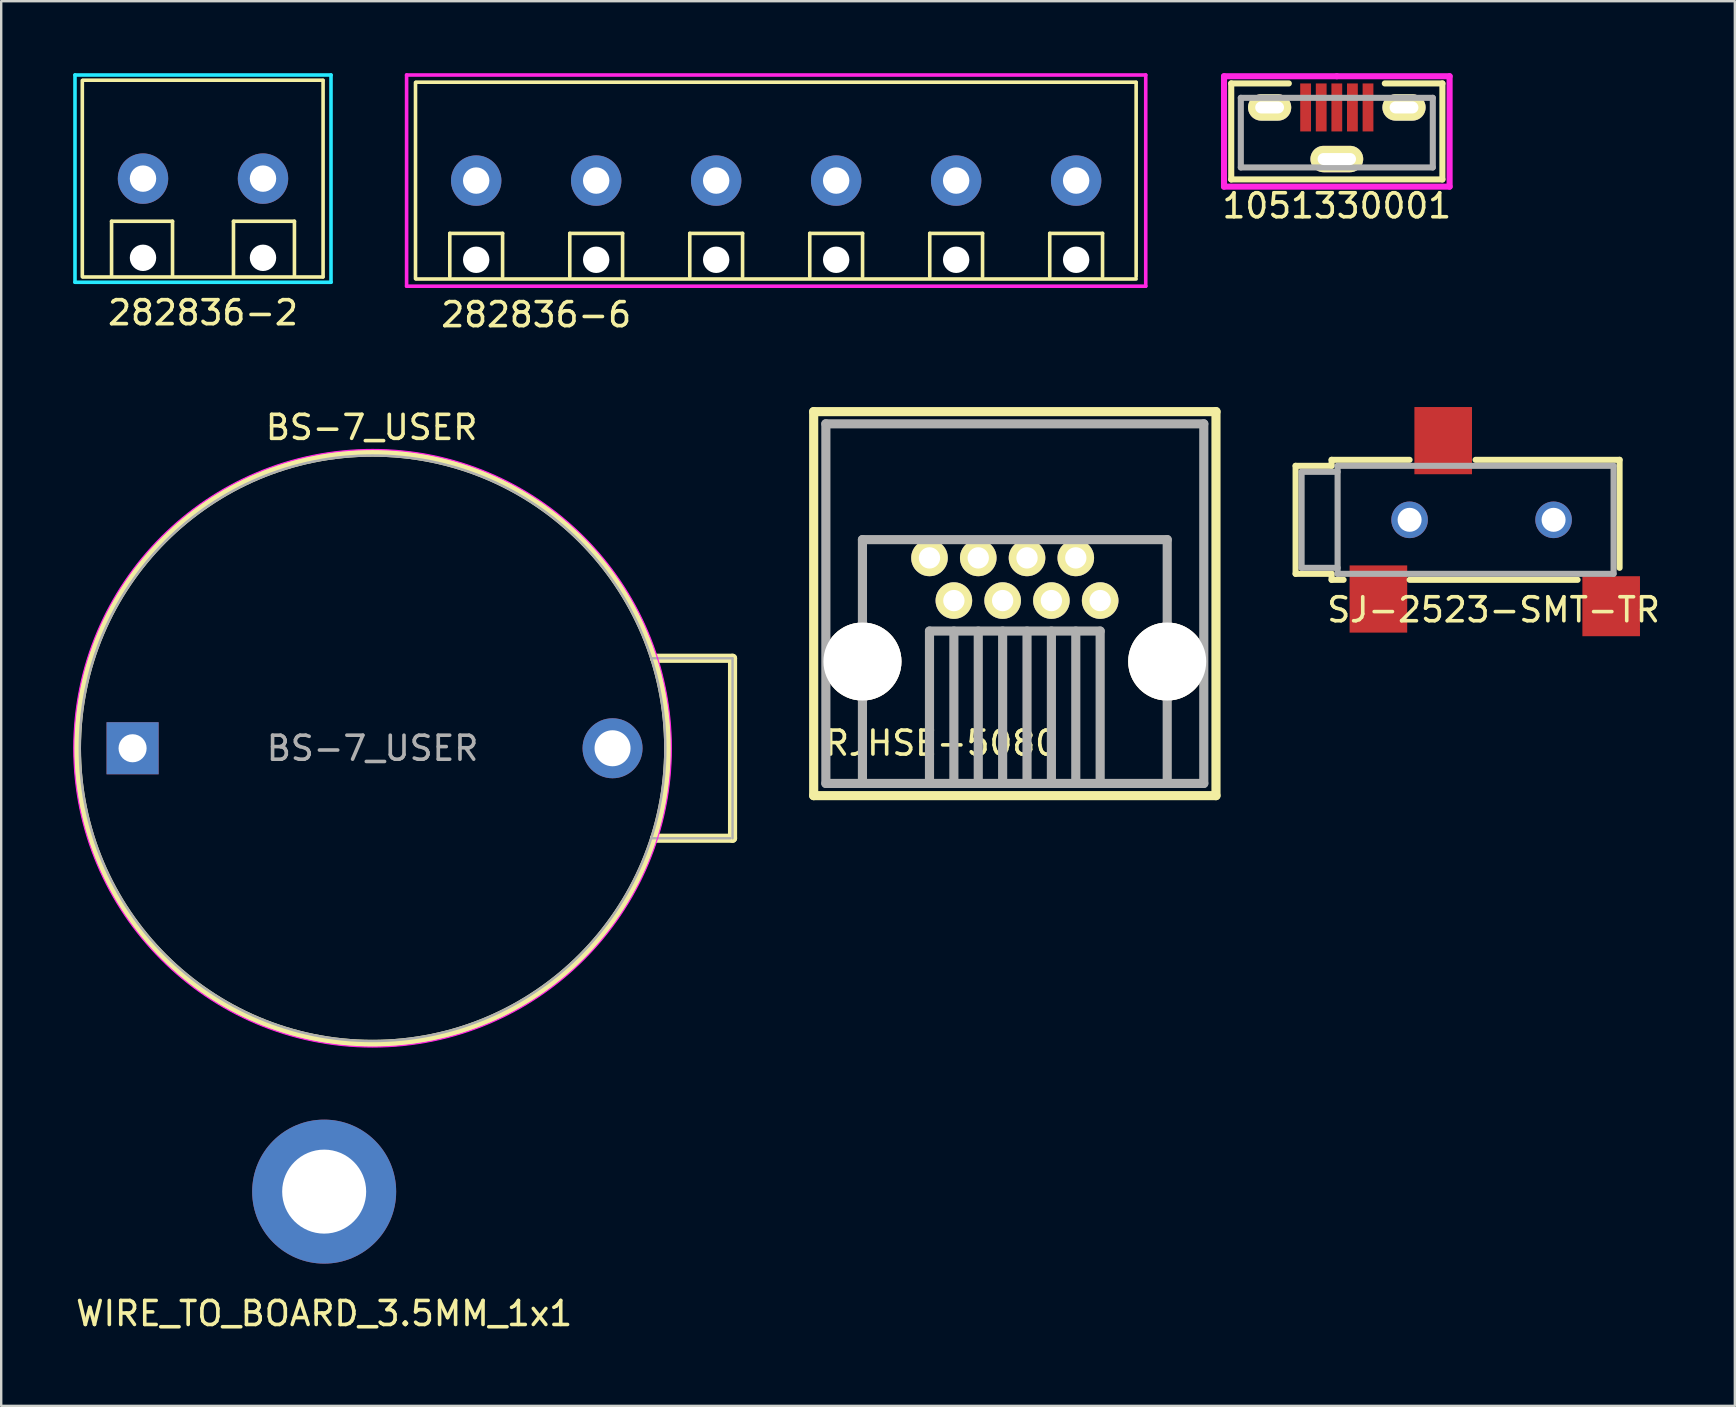
<source format=kicad_pcb>
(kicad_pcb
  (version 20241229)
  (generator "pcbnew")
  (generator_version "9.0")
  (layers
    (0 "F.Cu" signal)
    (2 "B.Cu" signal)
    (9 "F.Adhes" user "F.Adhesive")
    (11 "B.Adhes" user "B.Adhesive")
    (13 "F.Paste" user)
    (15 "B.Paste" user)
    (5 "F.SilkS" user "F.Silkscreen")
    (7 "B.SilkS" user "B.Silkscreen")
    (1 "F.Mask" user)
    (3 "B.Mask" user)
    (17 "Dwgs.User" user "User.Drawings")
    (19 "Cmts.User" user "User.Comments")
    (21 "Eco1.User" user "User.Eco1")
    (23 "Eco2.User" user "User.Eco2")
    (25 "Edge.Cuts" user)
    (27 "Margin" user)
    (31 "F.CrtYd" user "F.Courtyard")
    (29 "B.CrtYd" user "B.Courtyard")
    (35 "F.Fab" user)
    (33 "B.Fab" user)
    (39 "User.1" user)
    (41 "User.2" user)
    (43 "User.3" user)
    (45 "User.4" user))
  (footprint "282836-6"
    (layer "F.Cu")
    (at 19.293 4.475)
    (property "Reference" "282836-6" (at 0 5.588 0) (layer "F.SilkS") (effects (font (size 1 1) (thickness 0.15))))
    (attr through_hole)
    (fp_line (start -5.029 -4.089) (end -5.029 4.089) (stroke (width 0.15) (type solid)) (layer "F.SilkS"))
    (fp_line (start -5 -4.1) (end 25 -4.1) (stroke (width 0.15) (type solid)) (layer "F.SilkS"))
    (fp_line (start -5 4.1) (end 25 4.1) (stroke (width 0.15) (type solid)) (layer "F.SilkS"))
    (fp_line (start -3.6 2.2) (end -1.4 2.2) (stroke (width 0.15) (type solid)) (layer "F.SilkS"))
    (fp_line (start -3.6 4) (end -3.6 2.2) (stroke (width 0.15) (type solid)) (layer "F.SilkS"))
    (fp_line (start -1.4 2.2) (end -1.4 4) (stroke (width 0.15) (type solid)) (layer "F.SilkS"))
    (fp_line (start 1.4 2.2) (end 3.6 2.2) (stroke (width 0.15) (type solid)) (layer "F.SilkS"))
    (fp_line (start 1.4 4) (end 1.4 2.2) (stroke (width 0.15) (type solid)) (layer "F.SilkS"))
    (fp_line (start 3.6 2.2) (end 3.6 4) (stroke (width 0.15) (type solid)) (layer "F.SilkS"))
    (fp_line (start 6.4 2.2) (end 8.6 2.2) (stroke (width 0.15) (type solid)) (layer "F.SilkS"))
    (fp_line (start 6.4 4) (end 6.4 2.2) (stroke (width 0.15) (type solid)) (layer "F.SilkS"))
    (fp_line (start 8.6 2.2) (end 8.6 4) (stroke (width 0.15) (type solid)) (layer "F.SilkS"))
    (fp_line (start 11.4 2.2) (end 13.6 2.2) (stroke (width 0.15) (type solid)) (layer "F.SilkS"))
    (fp_line (start 11.4 4) (end 11.4 2.2) (stroke (width 0.15) (type solid)) (layer "F.SilkS"))
    (fp_line (start 13.6 2.2) (end 13.6 4) (stroke (width 0.15) (type solid)) (layer "F.SilkS"))
    (fp_line (start 16.4 2.2) (end 18.6 2.2) (stroke (width 0.15) (type solid)) (layer "F.SilkS"))
    (fp_line (start 16.4 4) (end 16.4 2.2) (stroke (width 0.15) (type solid)) (layer "F.SilkS"))
    (fp_line (start 18.6 2.2) (end 18.6 4) (stroke (width 0.15) (type solid)) (layer "F.SilkS"))
    (fp_line (start 21.4 2.2) (end 23.6 2.2) (stroke (width 0.15) (type solid)) (layer "F.SilkS"))
    (fp_line (start 21.4 4) (end 21.4 2.2) (stroke (width 0.15) (type solid)) (layer "F.SilkS"))
    (fp_line (start 23.6 2.2) (end 23.6 4) (stroke (width 0.15) (type solid)) (layer "F.SilkS"))
    (fp_line (start 25 4) (end 25 -4.089) (stroke (width 0.15) (type solid)) (layer "F.SilkS"))
    (fp_line (start -5.4 -4.4) (end 25.4 -4.4) (stroke (width 0.15) (type solid)) (layer "F.CrtYd"))
    (fp_line (start -5.4 4.4) (end -5.4 -4.4) (stroke (width 0.15) (type solid)) (layer "F.CrtYd"))
    (fp_line (start 25.4 -4.4) (end 25.4 4.4) (stroke (width 0.15) (type solid)) (layer "F.CrtYd"))
    (fp_line (start 25.4 4.4) (end -5.4 4.4) (stroke (width 0.15) (type solid)) (layer "F.CrtYd"))
    (pad "" np_thru_hole circle (at -2.5 3.3) (size 1.1 1.1) (drill 1.1) (layers "*.Cu" "*.Mask"))
    (pad "" np_thru_hole circle (at 2.5 3.3) (size 1.1 1.1) (drill 1.1) (layers "*.Cu" "*.Mask"))
    (pad "" np_thru_hole circle (at 7.5 3.3) (size 1.1 1.1) (drill 1.1) (layers "*.Cu" "*.Mask"))
    (pad "" np_thru_hole circle (at 12.5 3.3) (size 1.1 1.1) (drill 1.1) (layers "*.Cu" "*.Mask"))
    (pad "" np_thru_hole circle (at 17.5 3.3) (size 1.1 1.1) (drill 1.1) (layers "*.Cu" "*.Mask"))
    (pad "" np_thru_hole circle (at 22.5 3.3) (size 1.1 1.1) (drill 1.1) (layers "*.Cu" "*.Mask"))
    (pad "1" thru_hole circle (at -2.5 0) (size 2.1 2.1) (drill 1.1) (layers "*.Cu" "*.Mask"))
    (pad "2" thru_hole circle (at 2.5 0) (size 2.1 2.1) (drill 1.1) (layers "*.Cu" "*.Mask"))
    (pad "3" thru_hole circle (at 7.5 0) (size 2.1 2.1) (drill 1.1) (layers "*.Cu" "*.Mask"))
    (pad "4" thru_hole circle (at 12.5 0) (size 2.1 2.1) (drill 1.1) (layers "*.Cu" "*.Mask"))
    (pad "5" thru_hole circle (at 17.5 0) (size 2.1 2.1) (drill 1.1) (layers "*.Cu" "*.Mask"))
    (pad "6" thru_hole circle (at 22.5 0) (size 2.1 2.1) (drill 1.1) (layers "*.Cu" "*.Mask")))
  (footprint "282836-2"
    (layer "F.Cu")
    (at 5.409 4.393)
    (property "Reference" "282836-2" (at 0 5.588 0) (layer "F.SilkS") (effects (font (size 1 1) (thickness 0.15))))
    (attr through_hole)
    (fp_line (start -5.029 -4.089) (end -5.029 4.089) (stroke (width 0.15) (type solid)) (layer "F.SilkS"))
    (fp_line (start -5 -4.1) (end 5 -4.1) (stroke (width 0.15) (type solid)) (layer "F.SilkS"))
    (fp_line (start -5 4.1) (end 5 4.1) (stroke (width 0.15) (type solid)) (layer "F.SilkS"))
    (fp_line (start -3.81 1.778) (end -1.27 1.778) (stroke (width 0.15) (type solid)) (layer "F.SilkS"))
    (fp_line (start -3.81 4.064) (end -3.81 1.778) (stroke (width 0.15) (type solid)) (layer "F.SilkS"))
    (fp_line (start -1.27 1.778) (end -1.27 4.064) (stroke (width 0.15) (type solid)) (layer "F.SilkS"))
    (fp_line (start 1.27 1.778) (end 3.81 1.778) (stroke (width 0.15) (type solid)) (layer "F.SilkS"))
    (fp_line (start 1.27 4.064) (end 1.27 1.778) (stroke (width 0.15) (type solid)) (layer "F.SilkS"))
    (fp_line (start 3.81 1.778) (end 3.81 4.064) (stroke (width 0.15) (type solid)) (layer "F.SilkS"))
    (fp_line (start 5.004 -4.089) (end 5.004 4.089) (stroke (width 0.15) (type solid)) (layer "F.SilkS"))
    (fp_line (start -5.334 -4.318) (end 5.334 -4.318) (stroke (width 0.15) (type solid)) (layer "B.CrtYd"))
    (fp_line (start -5.334 4.318) (end -5.334 -4.318) (stroke (width 0.15) (type solid)) (layer "B.CrtYd"))
    (fp_line (start 5.334 -4.318) (end 5.334 4.318) (stroke (width 0.15) (type solid)) (layer "B.CrtYd"))
    (fp_line (start 5.334 4.318) (end -5.334 4.318) (stroke (width 0.15) (type solid)) (layer "B.CrtYd"))
    (pad "" np_thru_hole circle (at -2.5 3.3) (size 1.1 1.1) (drill 1.1) (layers "*.Cu" "*.Mask"))
    (pad "" np_thru_hole circle (at 2.5 3.3) (size 1.1 1.1) (drill 1.1) (layers "*.Cu" "*.Mask"))
    (pad "1" thru_hole circle (at -2.5 0) (size 2.1 2.1) (drill 1.1) (layers "*.Cu" "*.Mask"))
    (pad "2" thru_hole circle (at 2.5 0) (size 2.1 2.1) (drill 1.1) (layers "*.Cu" "*.Mask")))
  (footprint "1051330001"
    (layer "F.Cu")
    (at 52.655 2.427)
    (property "Reference" "1051330001" (at 0 3.1 0) (layer "F.SilkS") (effects (font (size 1 1) (thickness 0.15))))
    (attr through_hole)
    (fp_line (start -4.4 -2) (end -4.4 2) (stroke (width 0.254) (type solid)) (layer "F.SilkS"))
    (fp_line (start -4.4 2) (end 4.4 2) (stroke (width 0.254) (type solid)) (layer "F.SilkS"))
    (fp_line (start -2 -2) (end -4.4 -2) (stroke (width 0.254) (type solid)) (layer "F.SilkS"))
    (fp_line (start 4.4 -2) (end 2 -2) (stroke (width 0.254) (type solid)) (layer "F.SilkS"))
    (fp_line (start 4.4 2) (end 4.4 -2) (stroke (width 0.254) (type solid)) (layer "F.SilkS"))
    (fp_line (start -4.7 -2.3) (end -4.7 2.3) (stroke (width 0.254) (type solid)) (layer "F.CrtYd"))
    (fp_line (start -4.7 2.3) (end 4.7 2.3) (stroke (width 0.254) (type solid)) (layer "F.CrtYd"))
    (fp_line (start 0 -2.3) (end -4.7 -2.3) (stroke (width 0.254) (type solid)) (layer "F.CrtYd"))
    (fp_line (start 4.7 -2.3) (end 0 -2.3) (stroke (width 0.254) (type solid)) (layer "F.CrtYd"))
    (fp_line (start 4.7 2.3) (end 4.7 -2.3) (stroke (width 0.254) (type solid)) (layer "F.CrtYd"))
    (fp_line (start -4 -1.4) (end -4 1.5) (stroke (width 0.254) (type solid)) (layer "F.Fab"))
    (fp_line (start -4 1.5) (end 4 1.5) (stroke (width 0.254) (type solid)) (layer "F.Fab"))
    (fp_line (start 4 -1.4) (end -4 -1.4) (stroke (width 0.254) (type solid)) (layer "F.Fab"))
    (fp_line (start 4 -1.4) (end 4 1.5) (stroke (width 0.254) (type solid)) (layer "F.Fab"))
    (pad "1" smd rect (at -1.3 -1) (size 0.45 2) (layers "F.Cu" "F.Mask" "F.Paste"))
    (pad "2" smd rect (at -0.65 -1) (size 0.45 2) (layers "F.Cu" "F.Mask" "F.Paste"))
    (pad "3" smd rect (at 0 -1) (size 0.45 2) (layers "F.Cu" "F.Mask" "F.Paste"))
    (pad "4" smd rect (at 0.65 -1) (size 0.45 2) (layers "F.Cu" "F.Mask" "F.Paste"))
    (pad "5" smd rect (at 1.3 -1) (size 0.45 2) (layers "F.Cu" "F.Mask" "F.Paste"))
    (pad "MTG1" thru_hole oval (at 0 1.15) (size 2.2 1.1) (drill oval 1.6 0.5) (layers "*.Cu" "*.Mask" "F.SilkS"))
    (pad "MTG2" thru_hole oval (at -2.8 -1) (size 1.8 1.1) (drill oval 1.2 0.5) (layers "*.Cu" "*.Mask" "F.SilkS"))
    (pad "MTG3" thru_hole oval (at 2.8 -1) (size 1.8 1.1) (drill oval 1.2 0.5) (layers "*.Cu" "*.Mask" "F.SilkS")))
  (footprint "WIRE_TO_BOARD_3.5MM_1x1"
    (layer "F.Cu")
    (at 10.458 46.605)
    (property "Reference" "WIRE_TO_BOARD_3.5MM_1x1" (at 0 5.08 0) (layer "F.SilkS") (effects (font (size 1 1) (thickness 0.15))))
    (attr through_hole)
    (pad "1" thru_hole circle (at 0 0) (size 6 6) (drill 3.5) (layers "*.Cu" "*.Mask")))
  (footprint "BS-7_USER"
    (layer "F.Cu")
    (at 2.475 28.13)
    (property "Reference" "BS-7_USER" (at 9.96 -13.37 0) (layer "F.SilkS") (effects (font (size 1 1) (thickness 0.15))))
    (attr through_hole)
    (fp_line (start 25 -3.75) (end 21.75 -3.75) (stroke (width 0.381) (type solid)) (layer "F.SilkS"))
    (fp_line (start 25 3.75) (end 21.75 3.75) (stroke (width 0.381) (type solid)) (layer "F.SilkS"))
    (fp_line (start 25 3.75) (end 25 -3.75) (stroke (width 0.381) (type solid)) (layer "F.SilkS"))
    (fp_circle (center 10 0) (end -2.3 0) (stroke (width 0.3) (type solid)) (fill no) (layer "F.SilkS"))
    (fp_circle (center 10 0) (end -2.45 0) (stroke (width 0.05) (type solid)) (fill no) (layer "F.CrtYd"))
    (fp_line (start 21.65 -3.75) (end 25 -3.75) (stroke (width 0.1) (type solid)) (layer "F.Fab"))
    (fp_line (start 24.9 3.75) (end 21.65 3.75) (stroke (width 0.1) (type solid)) (layer "F.Fab"))
    (fp_line (start 25 -3.75) (end 25 3.75) (stroke (width 0.1) (type solid)) (layer "F.Fab"))
    (fp_circle (center 10 0) (end -2.2 0) (stroke (width 0.1) (type solid)) (fill no) (layer "F.Fab"))
    (fp_text user "${REFERENCE}" (at 10 0 0) (layer "F.Fab") (effects (font (size 1 1) (thickness 0.15))))
    (pad "1" thru_hole rect (at 0 0) (size 2.17 2.17) (drill 1.17) (layers "*.Cu" "*.Mask"))
    (pad "2" thru_hole circle (at 20 0) (size 2.5 2.5) (drill 1.5) (layers "*.Cu" "*.Mask")))
  (footprint "RJHSE-5080"
    (layer "F.Cu")
    (at 39.238 24.516)
    (property "Reference" "RJHSE-5080" (at -3.056 3.4 0) (layer "F.SilkS") (effects (font (size 1 1) (thickness 0.15))))
    (attr through_hole)
    (fp_line (start -8.382 -10.414) (end -8.382 5.588) (stroke (width 0.381) (type solid)) (layer "F.SilkS"))
    (fp_line (start -8.382 5.588) (end 8.382 5.588) (stroke (width 0.381) (type solid)) (layer "F.SilkS"))
    (fp_line (start 8.382 -10.414) (end -8.382 -10.414) (stroke (width 0.381) (type solid)) (layer "F.SilkS"))
    (fp_line (start 8.382 5.588) (end 8.382 -10.414) (stroke (width 0.381) (type solid)) (layer "F.SilkS"))
    (fp_line (start -7.874 5.08) (end -7.874 -9.906) (stroke (width 0.381) (type solid)) (layer "F.Fab"))
    (fp_line (start -7.874 5.08) (end 7.874 5.08) (stroke (width 0.381) (type solid)) (layer "F.Fab"))
    (fp_line (start -6.35 -5.08) (end -6.35 5.08) (stroke (width 0.381) (type solid)) (layer "F.Fab"))
    (fp_line (start -6.35 -5.08) (end 6.35 -5.08) (stroke (width 0.381) (type solid)) (layer "F.Fab"))
    (fp_line (start -3.556 -1.27) (end -3.556 5.08) (stroke (width 0.381) (type solid)) (layer "F.Fab"))
    (fp_line (start -3.556 -1.27) (end 3.556 -1.27) (stroke (width 0.381) (type solid)) (layer "F.Fab"))
    (fp_line (start -2.54 -1.27) (end -2.54 5.08) (stroke (width 0.381) (type solid)) (layer "F.Fab"))
    (fp_line (start -1.524 -1.27) (end -1.524 5.08) (stroke (width 0.381) (type solid)) (layer "F.Fab"))
    (fp_line (start -0.508 -1.27) (end -0.508 5.08) (stroke (width 0.381) (type solid)) (layer "F.Fab"))
    (fp_line (start 0.508 -1.27) (end 0.508 5.08) (stroke (width 0.381) (type solid)) (layer "F.Fab"))
    (fp_line (start 1.524 -1.27) (end 1.524 5.08) (stroke (width 0.381) (type solid)) (layer "F.Fab"))
    (fp_line (start 2.54 -1.27) (end 2.54 5.08) (stroke (width 0.381) (type solid)) (layer "F.Fab"))
    (fp_line (start 3.556 -1.27) (end 3.556 5.08) (stroke (width 0.381) (type solid)) (layer "F.Fab"))
    (fp_line (start 6.35 -5.08) (end 6.35 5.08) (stroke (width 0.381) (type solid)) (layer "F.Fab"))
    (fp_line (start 7.874 -9.906) (end -7.874 -9.906) (stroke (width 0.381) (type solid)) (layer "F.Fab"))
    (fp_line (start 7.874 5.08) (end 7.874 -9.906) (stroke (width 0.381) (type solid)) (layer "F.Fab"))
    (pad "1" thru_hole circle (at 3.556 -2.54) (size 1.524 1.524) (drill 0.889) (layers "*.Cu" "*.Mask" "F.SilkS"))
    (pad "2" thru_hole circle (at 2.54 -4.318) (size 1.524 1.524) (drill 0.889) (layers "*.Cu" "*.Mask" "F.SilkS"))
    (pad "3" thru_hole circle (at 1.524 -2.54) (size 1.524 1.524) (drill 0.889) (layers "*.Cu" "*.Mask" "F.SilkS" "Eco1.User"))
    (pad "4" thru_hole circle (at 0.508 -4.318) (size 1.524 1.524) (drill 0.889) (layers "*.Cu" "*.Mask" "F.SilkS"))
    (pad "5" thru_hole circle (at -0.508 -2.54) (size 1.524 1.524) (drill 0.889) (layers "*.Cu" "*.Mask" "F.SilkS"))
    (pad "6" thru_hole circle (at -1.524 -4.318) (size 1.524 1.524) (drill 0.889) (layers "*.Cu" "*.Mask" "F.SilkS"))
    (pad "7" thru_hole circle (at -2.54 -2.54) (size 1.524 1.524) (drill 0.889) (layers "*.Cu" "*.Mask" "F.SilkS"))
    (pad "8" thru_hole circle (at -3.556 -4.318) (size 1.524 1.524) (drill 0.889) (layers "*.Cu" "*.Mask" "F.SilkS"))
    (pad "~" thru_hole circle (at -6.35 0) (size 3.251 3.251) (drill 3.251) (layers "*.Cu" "*.Mask" "F.SilkS"))
    (pad "~" thru_hole circle (at 6.35 0) (size 3.251 3.251) (drill 3.251) (layers "*.Cu" "*.Mask" "F.SilkS")))
  (footprint "SJ-2523-SMT-TR"
    (layer "F.Cu")
    (at 52.688 18.611)
    (property "Reference" "SJ-2523-SMT-TR" (at 6.5 3.75 0) (layer "F.SilkS") (effects (font (size 1 1) (thickness 0.15))))
    (attr through_hole)
    (fp_line (start -1.75 -2.25) (end -0.25 -2.25) (stroke (width 0.254) (type solid)) (layer "F.SilkS"))
    (fp_line (start -1.75 2.25) (end -1.75 -2.25) (stroke (width 0.254) (type solid)) (layer "F.SilkS"))
    (fp_line (start -0.25 -2.5) (end 3 -2.5) (stroke (width 0.254) (type solid)) (layer "F.SilkS"))
    (fp_line (start -0.25 -2.25) (end -0.25 -2.5) (stroke (width 0.254) (type solid)) (layer "F.SilkS"))
    (fp_line (start -0.25 2.25) (end -1.75 2.25) (stroke (width 0.254) (type solid)) (layer "F.SilkS"))
    (fp_line (start -0.25 2.5) (end -0.25 2.25) (stroke (width 0.254) (type solid)) (layer "F.SilkS"))
    (fp_line (start 0.25 2.5) (end -0.25 2.5) (stroke (width 0.254) (type solid)) (layer "F.SilkS"))
    (fp_line (start 5.75 -2.5) (end 11.75 -2.5) (stroke (width 0.254) (type solid)) (layer "F.SilkS"))
    (fp_line (start 10 2.5) (end 3 2.5) (stroke (width 0.254) (type solid)) (layer "F.SilkS"))
    (fp_line (start 11.75 -2.5) (end 11.75 2) (stroke (width 0.254) (type solid)) (layer "F.SilkS"))
    (fp_line (start -1.5 -2) (end -1.5 2) (stroke (width 0.254) (type solid)) (layer "F.Fab"))
    (fp_line (start -1.5 2) (end 0 2) (stroke (width 0.254) (type solid)) (layer "F.Fab"))
    (fp_line (start 0 -2.25) (end 11.5 -2.25) (stroke (width 0.254) (type solid)) (layer "F.Fab"))
    (fp_line (start 0 -2) (end -1.5 -2) (stroke (width 0.254) (type solid)) (layer "F.Fab"))
    (fp_line (start 0 2.25) (end 0 -2.25) (stroke (width 0.254) (type solid)) (layer "F.Fab"))
    (fp_line (start 11.5 -2.25) (end 11.5 2.25) (stroke (width 0.254) (type solid)) (layer "F.Fab"))
    (fp_line (start 11.5 2.25) (end 0 2.25) (stroke (width 0.254) (type solid)) (layer "F.Fab"))
    (pad "" np_thru_hole circle (at 3 0) (size 1.524 1.524) (drill 1) (layers "*.Cu" "*.Mask"))
    (pad "" np_thru_hole circle (at 9 0) (size 1.524 1.524) (drill 1) (layers "*.Cu" "*.Mask"))
    (pad "1" smd rect (at 1.7 3.3) (size 2.4 2.8) (layers "F.Cu" "F.Mask" "F.Paste"))
    (pad "2" smd rect (at 11.4 3.6) (size 2.4 2.5) (layers "F.Cu" "F.Mask" "F.Paste"))
    (pad "3" smd rect (at 4.4 -3.3) (size 2.4 2.8) (layers "F.Cu" "F.Mask" "F.Paste")))
  (gr_rect
    (start -3 -3)
    (end 69.241 55.533)
    (stroke (width 0.1) (type default))
    (fill no)
    (layer "Edge.Cuts")))
</source>
